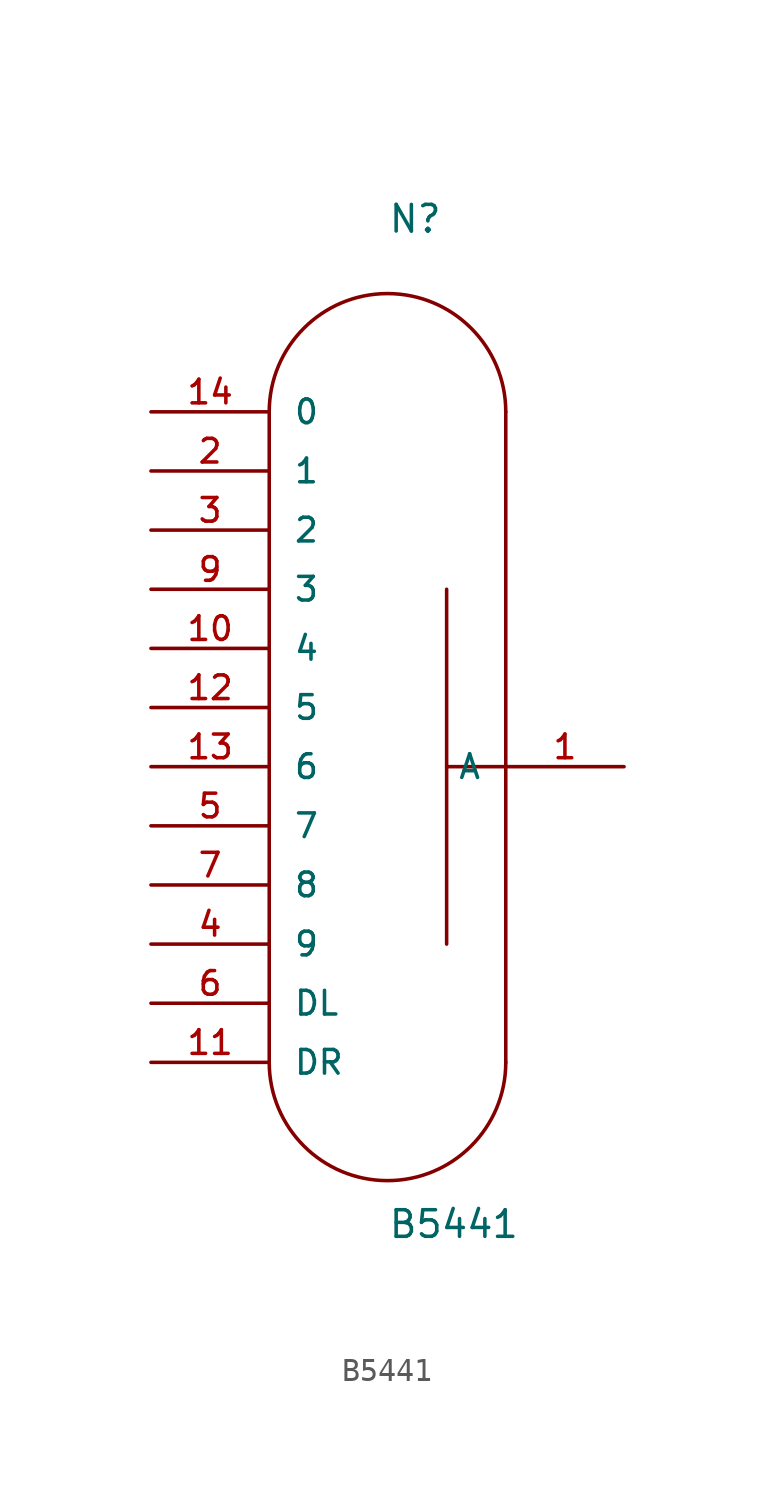
<source format=kicad_sym>
(kicad_symbol_lib
  (version 20211014)
  (generator kicad_symbol_editor)
  (symbol "B5441"
    (pin_names
      (offset 1.016))
    (property "Reference" "N"
      (at 0 22.86 0)
      (effects (font (size 1.143 1.143)) (justify left bottom)))
    (property "Value" "B5441"
      (at 0 -20.32 0)
      (effects (font (size 1.143 1.143)) (justify left bottom)))
    (property "ki_locked" ""
      (at 0 0 0)
      (effects (font (size 1.27 1.27))))
    (symbol "B5441_1_0"
      (polyline (pts (xy -5.08 15.24) (xy -5.08 -12.7)) (stroke (width 0) (type default) (color 0 0 0 0)) (fill (type none)))
      (polyline (pts (xy 2.54 -7.62) (xy 2.54 7.62)) (stroke (width 0) (type default) (color 0 0 0 0)) (fill (type none)))
      (polyline (pts (xy 5.08 0) (xy 2.54 0)) (stroke (width 0) (type default) (color 0 0 0 0)) (fill (type none)))
      (polyline (pts (xy 5.08 15.24) (xy 5.08 -12.7)) (stroke (width 0) (type default) (color 0 0 0 0)) (fill (type none))))
    (symbol "B5441_1_1"
      (arc (start -5.08 -12.7) (mid 0 -17.78) (end 5.08 -12.7) (stroke (width 0) (type default) (color 0 0 0 0)) (fill (type none)))
      (arc (start 5.08 15.24) (mid 0 20.32) (end -5.08 15.24) (stroke (width 0) (type default) (color 0 0 0 0)) (fill (type none)))
      (pin passive line (at 10.16 0 180) (length 5.08) (name "A" (effects (font (size 1.016 1.016)))) (number "1" (effects (font (size 1.016 1.016)))))
      (pin passive line (at -10.16 5.08 0) (length 5.08) (name "4" (effects (font (size 1.016 1.016)))) (number "10" (effects (font (size 1.016 1.016)))))
      (pin passive line (at -10.16 -12.7 0) (length 5.08) (name "DR" (effects (font (size 1.016 1.016)))) (number "11" (effects (font (size 1.016 1.016)))))
      (pin passive line (at -10.16 2.54 0) (length 5.08) (name "5" (effects (font (size 1.016 1.016)))) (number "12" (effects (font (size 1.016 1.016)))))
      (pin passive line (at -10.16 0 0) (length 5.08) (name "6" (effects (font (size 1.016 1.016)))) (number "13" (effects (font (size 1.016 1.016)))))
      (pin passive line (at -10.16 15.24 0) (length 5.08) (name "0" (effects (font (size 1.016 1.016)))) (number "14" (effects (font (size 1.016 1.016)))))
      (pin passive line (at -10.16 12.7 0) (length 5.08) (name "1" (effects (font (size 1.016 1.016)))) (number "2" (effects (font (size 1.016 1.016)))))
      (pin passive line (at -10.16 10.16 0) (length 5.08) (name "2" (effects (font (size 1.016 1.016)))) (number "3" (effects (font (size 1.016 1.016)))))
      (pin passive line (at -10.16 -7.62 0) (length 5.08) (name "9" (effects (font (size 1.016 1.016)))) (number "4" (effects (font (size 1.016 1.016)))))
      (pin passive line (at -10.16 -2.54 0) (length 5.08) (name "7" (effects (font (size 1.016 1.016)))) (number "5" (effects (font (size 1.016 1.016)))))
      (pin passive line (at -10.16 -10.16 0) (length 5.08) (name "DL" (effects (font (size 1.016 1.016)))) (number "6" (effects (font (size 1.016 1.016)))))
      (pin passive line (at -10.16 -5.08 0) (length 5.08) (name "8" (effects (font (size 1.016 1.016)))) (number "7" (effects (font (size 1.016 1.016)))))
      (pin passive line (at -10.16 7.62 0) (length 5.08) (name "3" (effects (font (size 1.016 1.016)))) (number "9" (effects (font (size 1.016 1.016))))))))
</source>
